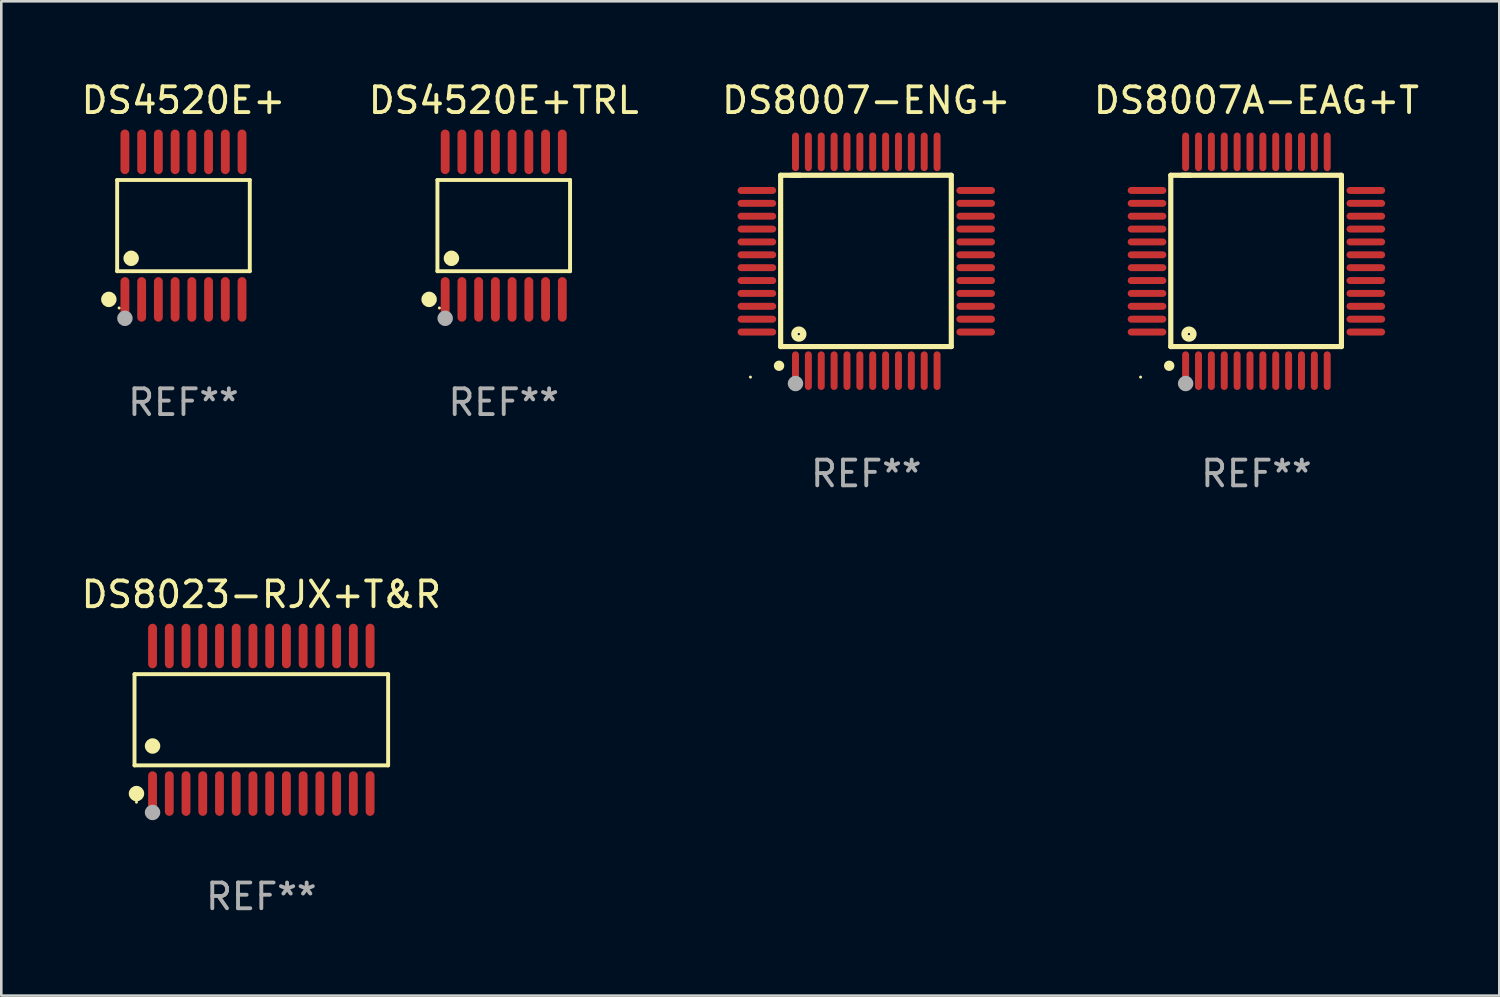
<source format=kicad_pcb>
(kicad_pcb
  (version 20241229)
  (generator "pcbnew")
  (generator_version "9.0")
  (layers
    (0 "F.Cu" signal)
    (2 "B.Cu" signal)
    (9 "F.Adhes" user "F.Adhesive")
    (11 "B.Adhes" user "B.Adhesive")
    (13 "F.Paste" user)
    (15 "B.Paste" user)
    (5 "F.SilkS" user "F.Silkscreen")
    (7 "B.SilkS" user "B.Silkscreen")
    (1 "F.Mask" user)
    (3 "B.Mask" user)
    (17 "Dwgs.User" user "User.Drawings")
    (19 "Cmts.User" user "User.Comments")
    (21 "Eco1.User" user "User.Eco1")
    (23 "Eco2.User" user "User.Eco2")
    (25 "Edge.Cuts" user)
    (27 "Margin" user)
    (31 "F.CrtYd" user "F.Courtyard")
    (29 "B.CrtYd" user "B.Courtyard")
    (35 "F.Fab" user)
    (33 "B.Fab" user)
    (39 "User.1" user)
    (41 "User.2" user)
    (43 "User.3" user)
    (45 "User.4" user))
  (footprint "DS8023-RJX+T&R"
    (layer "F.Cu")
    (at 7.101 24.91)
    (property "Reference" "DS8023-RJX+T&R" (at 0 -4.866 0) (layer "F.SilkS") (effects (font (size 1 1) (thickness 0.15))))
    (attr through_hole)
    (fp_line (start -4.926 -1.772) (end 4.926 -1.772) (stroke (width 0.152) (type solid)) (layer "F.SilkS"))
    (fp_line (start -4.926 1.771) (end -4.926 -1.772) (stroke (width 0.152) (type solid)) (layer "F.SilkS"))
    (fp_line (start 4.926 -1.772) (end 4.926 1.771) (stroke (width 0.152) (type solid)) (layer "F.SilkS"))
    (fp_line (start 4.926 1.771) (end -4.926 1.771) (stroke (width 0.152) (type solid)) (layer "F.SilkS"))
    (fp_circle (center -4.85 3.2) (end -4.82 3.2) (stroke (width 0.06) (type solid)) (fill no) (layer "F.SilkS"))
    (fp_circle (center -4.849 2.866) (end -4.699 2.866) (stroke (width 0.3) (type solid)) (fill no) (layer "F.SilkS"))
    (fp_circle (center -4.225 1.019) (end -4.075 1.019) (stroke (width 0.3) (type solid)) (fill no) (layer "F.SilkS"))
    (fp_circle (center -4.225 3.6) (end -4.075 3.6) (stroke (width 0.3) (type solid)) (fill no) (layer "F.Fab"))
    (fp_text user "REF**" (at 0 6.866 0) (layer "F.Fab") (effects (font (size 1 1) (thickness 0.15))))
    (pad "1" smd oval (at -4.225 2.866) (size 0.343 1.731) (layers "F.Cu" "F.Mask" "F.Paste"))
    (pad "2" smd oval (at -3.575 2.866) (size 0.343 1.731) (layers "F.Cu" "F.Mask" "F.Paste"))
    (pad "3" smd oval (at -2.925 2.866) (size 0.343 1.731) (layers "F.Cu" "F.Mask" "F.Paste"))
    (pad "4" smd oval (at -2.275 2.866) (size 0.343 1.731) (layers "F.Cu" "F.Mask" "F.Paste"))
    (pad "5" smd oval (at -1.625 2.866) (size 0.343 1.731) (layers "F.Cu" "F.Mask" "F.Paste"))
    (pad "6" smd oval (at -0.975 2.866) (size 0.343 1.731) (layers "F.Cu" "F.Mask" "F.Paste"))
    (pad "7" smd oval (at -0.325 2.866) (size 0.343 1.731) (layers "F.Cu" "F.Mask" "F.Paste"))
    (pad "8" smd oval (at 0.325 2.866) (size 0.343 1.731) (layers "F.Cu" "F.Mask" "F.Paste"))
    (pad "9" smd oval (at 0.975 2.866) (size 0.343 1.731) (layers "F.Cu" "F.Mask" "F.Paste"))
    (pad "10" smd oval (at 1.625 2.866) (size 0.343 1.731) (layers "F.Cu" "F.Mask" "F.Paste"))
    (pad "11" smd oval (at 2.275 2.866) (size 0.343 1.731) (layers "F.Cu" "F.Mask" "F.Paste"))
    (pad "12" smd oval (at 2.925 2.866) (size 0.343 1.731) (layers "F.Cu" "F.Mask" "F.Paste"))
    (pad "13" smd oval (at 3.575 2.866) (size 0.343 1.731) (layers "F.Cu" "F.Mask" "F.Paste"))
    (pad "14" smd oval (at 4.225 2.866) (size 0.343 1.731) (layers "F.Cu" "F.Mask" "F.Paste"))
    (pad "15" smd oval (at 4.225 -2.866) (size 0.343 1.731) (layers "F.Cu" "F.Mask" "F.Paste"))
    (pad "16" smd oval (at 3.575 -2.866) (size 0.343 1.731) (layers "F.Cu" "F.Mask" "F.Paste"))
    (pad "17" smd oval (at 2.925 -2.866) (size 0.343 1.731) (layers "F.Cu" "F.Mask" "F.Paste"))
    (pad "18" smd oval (at 2.275 -2.866) (size 0.343 1.731) (layers "F.Cu" "F.Mask" "F.Paste"))
    (pad "19" smd oval (at 1.625 -2.866) (size 0.343 1.731) (layers "F.Cu" "F.Mask" "F.Paste"))
    (pad "20" smd oval (at 0.975 -2.866) (size 0.343 1.731) (layers "F.Cu" "F.Mask" "F.Paste"))
    (pad "21" smd oval (at 0.325 -2.866) (size 0.343 1.731) (layers "F.Cu" "F.Mask" "F.Paste"))
    (pad "22" smd oval (at -0.325 -2.866) (size 0.343 1.731) (layers "F.Cu" "F.Mask" "F.Paste"))
    (pad "23" smd oval (at -0.975 -2.866) (size 0.343 1.731) (layers "F.Cu" "F.Mask" "F.Paste"))
    (pad "24" smd oval (at -1.625 -2.866) (size 0.343 1.731) (layers "F.Cu" "F.Mask" "F.Paste"))
    (pad "25" smd oval (at -2.275 -2.866) (size 0.343 1.731) (layers "F.Cu" "F.Mask" "F.Paste"))
    (pad "26" smd oval (at -2.925 -2.866) (size 0.343 1.731) (layers "F.Cu" "F.Mask" "F.Paste"))
    (pad "27" smd oval (at -3.575 -2.866) (size 0.343 1.731) (layers "F.Cu" "F.Mask" "F.Paste"))
    (pad "28" smd oval (at -4.225 -2.866) (size 0.343 1.731) (layers "F.Cu" "F.Mask" "F.Paste")))
  (footprint "DS4520E+"
    (layer "F.Cu")
    (at 4.077 5.714)
    (property "Reference" "DS4520E+" (at 0 -4.866 0) (layer "F.SilkS") (effects (font (size 1 1) (thickness 0.15))))
    (attr through_hole)
    (fp_line (start -2.576 -1.772) (end 2.576 -1.772) (stroke (width 0.152) (type solid)) (layer "F.SilkS"))
    (fp_line (start -2.576 1.771) (end -2.576 -1.772) (stroke (width 0.152) (type solid)) (layer "F.SilkS"))
    (fp_line (start 2.576 -1.772) (end 2.576 1.771) (stroke (width 0.152) (type solid)) (layer "F.SilkS"))
    (fp_line (start 2.576 1.771) (end -2.576 1.771) (stroke (width 0.152) (type solid)) (layer "F.SilkS"))
    (fp_circle (center -2.899 2.866) (end -2.749 2.866) (stroke (width 0.3) (type solid)) (fill no) (layer "F.SilkS"))
    (fp_circle (center -2.5 3.2) (end -2.47 3.2) (stroke (width 0.06) (type solid)) (fill no) (layer "F.SilkS"))
    (fp_circle (center -2.032 1.27) (end -1.882 1.27) (stroke (width 0.3) (type solid)) (fill no) (layer "F.SilkS"))
    (fp_circle (center -2.275 3.6) (end -2.125 3.6) (stroke (width 0.3) (type solid)) (fill no) (layer "F.Fab"))
    (fp_text user "REF**" (at 0 6.866 0) (layer "F.Fab") (effects (font (size 1 1) (thickness 0.15))))
    (pad "1" smd oval (at -2.275 2.866) (size 0.343 1.731) (layers "F.Cu" "F.Mask" "F.Paste"))
    (pad "2" smd oval (at -1.625 2.866) (size 0.343 1.731) (layers "F.Cu" "F.Mask" "F.Paste"))
    (pad "3" smd oval (at -0.975 2.866) (size 0.343 1.731) (layers "F.Cu" "F.Mask" "F.Paste"))
    (pad "4" smd oval (at -0.325 2.866) (size 0.343 1.731) (layers "F.Cu" "F.Mask" "F.Paste"))
    (pad "5" smd oval (at 0.325 2.866) (size 0.343 1.731) (layers "F.Cu" "F.Mask" "F.Paste"))
    (pad "6" smd oval (at 0.975 2.866) (size 0.343 1.731) (layers "F.Cu" "F.Mask" "F.Paste"))
    (pad "7" smd oval (at 1.625 2.866) (size 0.343 1.731) (layers "F.Cu" "F.Mask" "F.Paste"))
    (pad "8" smd oval (at 2.275 2.866) (size 0.343 1.731) (layers "F.Cu" "F.Mask" "F.Paste"))
    (pad "9" smd oval (at 2.275 -2.866) (size 0.343 1.731) (layers "F.Cu" "F.Mask" "F.Paste"))
    (pad "10" smd oval (at 1.625 -2.866) (size 0.343 1.731) (layers "F.Cu" "F.Mask" "F.Paste"))
    (pad "11" smd oval (at 0.975 -2.866) (size 0.343 1.731) (layers "F.Cu" "F.Mask" "F.Paste"))
    (pad "12" smd oval (at 0.325 -2.866) (size 0.343 1.731) (layers "F.Cu" "F.Mask" "F.Paste"))
    (pad "13" smd oval (at -0.325 -2.866) (size 0.343 1.731) (layers "F.Cu" "F.Mask" "F.Paste"))
    (pad "14" smd oval (at -0.975 -2.866) (size 0.343 1.731) (layers "F.Cu" "F.Mask" "F.Paste"))
    (pad "15" smd oval (at -1.625 -2.866) (size 0.343 1.731) (layers "F.Cu" "F.Mask" "F.Paste"))
    (pad "16" smd oval (at -2.275 -2.866) (size 0.343 1.731) (layers "F.Cu" "F.Mask" "F.Paste")))
  (footprint "DS8007-ENG+"
    (layer "F.Cu")
    (at 30.601 7.098)
    (property "Reference" "DS8007-ENG+" (at 0 -6.25 0) (layer "F.SilkS") (effects (font (size 1 1) (thickness 0.15))))
    (attr through_hole)
    (fp_line (start -3.327 -3.34) (end -2.565 -3.34) (stroke (width 0.2) (type solid)) (layer "F.SilkS"))
    (fp_line (start -3.327 3.315) (end -3.327 -3.34) (stroke (width 0.2) (type solid)) (layer "F.SilkS"))
    (fp_line (start -2.896 -3.34) (end 3.302 -3.34) (stroke (width 0.2) (type solid)) (layer "F.SilkS"))
    (fp_line (start 3.302 -3.34) (end 3.302 3.315) (stroke (width 0.2) (type solid)) (layer "F.SilkS"))
    (fp_line (start 3.302 3.315) (end -3.327 3.315) (stroke (width 0.2) (type solid)) (layer "F.SilkS"))
    (fp_arc (start -3.389992 4.059995) (mid -3.388722 4.059991) (end -3.387452 4.059995) (stroke (width 0.4) (type solid)) (layer "F.SilkS"))
    (fp_circle (center -4.5 4.5) (end -4.47 4.5) (stroke (width 0.06) (type solid)) (fill no) (layer "F.SilkS"))
    (fp_circle (center -2.62 2.83) (end -2.45 2.83) (stroke (width 0.254) (type solid)) (fill no) (layer "F.SilkS"))
    (fp_circle (center -2.75 4.75) (end -2.6 4.75) (stroke (width 0.3) (type solid)) (fill no) (layer "F.Fab"))
    (fp_text user "REF**" (at 0 8.25 0) (layer "F.Fab") (effects (font (size 1 1) (thickness 0.15))))
    (pad "1" smd oval (at -2.75 4.25) (size 0.27 1.5) (layers "F.Cu" "F.Mask" "F.Paste"))
    (pad "2" smd oval (at -2.25 4.25) (size 0.27 1.5) (layers "F.Cu" "F.Mask" "F.Paste"))
    (pad "3" smd oval (at -1.75 4.25) (size 0.27 1.5) (layers "F.Cu" "F.Mask" "F.Paste"))
    (pad "4" smd oval (at -1.25 4.25) (size 0.27 1.5) (layers "F.Cu" "F.Mask" "F.Paste"))
    (pad "5" smd oval (at -0.75 4.25) (size 0.27 1.5) (layers "F.Cu" "F.Mask" "F.Paste"))
    (pad "6" smd oval (at -0.25 4.25) (size 0.27 1.5) (layers "F.Cu" "F.Mask" "F.Paste"))
    (pad "7" smd oval (at 0.25 4.25) (size 0.27 1.5) (layers "F.Cu" "F.Mask" "F.Paste"))
    (pad "8" smd oval (at 0.75 4.25) (size 0.27 1.5) (layers "F.Cu" "F.Mask" "F.Paste"))
    (pad "9" smd oval (at 1.25 4.25) (size 0.27 1.5) (layers "F.Cu" "F.Mask" "F.Paste"))
    (pad "10" smd oval (at 1.75 4.25) (size 0.27 1.5) (layers "F.Cu" "F.Mask" "F.Paste"))
    (pad "11" smd oval (at 2.25 4.25) (size 0.27 1.5) (layers "F.Cu" "F.Mask" "F.Paste"))
    (pad "12" smd oval (at 2.75 4.25) (size 0.27 1.5) (layers "F.Cu" "F.Mask" "F.Paste"))
    (pad "13" smd oval (at 4.25 2.75) (size 1.5 0.27) (layers "F.Cu" "F.Mask" "F.Paste"))
    (pad "14" smd oval (at 4.25 2.25) (size 1.5 0.27) (layers "F.Cu" "F.Mask" "F.Paste"))
    (pad "15" smd oval (at 4.25 1.75) (size 1.5 0.27) (layers "F.Cu" "F.Mask" "F.Paste"))
    (pad "16" smd oval (at 4.25 1.25) (size 1.5 0.27) (layers "F.Cu" "F.Mask" "F.Paste"))
    (pad "17" smd oval (at 4.25 0.75) (size 1.5 0.27) (layers "F.Cu" "F.Mask" "F.Paste"))
    (pad "18" smd oval (at 4.25 0.25) (size 1.5 0.27) (layers "F.Cu" "F.Mask" "F.Paste"))
    (pad "19" smd oval (at 4.25 -0.25) (size 1.5 0.27) (layers "F.Cu" "F.Mask" "F.Paste"))
    (pad "20" smd oval (at 4.25 -0.75) (size 1.5 0.27) (layers "F.Cu" "F.Mask" "F.Paste"))
    (pad "21" smd oval (at 4.25 -1.25) (size 1.5 0.27) (layers "F.Cu" "F.Mask" "F.Paste"))
    (pad "22" smd oval (at 4.25 -1.75) (size 1.5 0.27) (layers "F.Cu" "F.Mask" "F.Paste"))
    (pad "23" smd oval (at 4.25 -2.25) (size 1.5 0.27) (layers "F.Cu" "F.Mask" "F.Paste"))
    (pad "24" smd oval (at 4.25 -2.75) (size 1.5 0.27) (layers "F.Cu" "F.Mask" "F.Paste"))
    (pad "25" smd oval (at 2.75 -4.25) (size 0.27 1.5) (layers "F.Cu" "F.Mask" "F.Paste"))
    (pad "26" smd oval (at 2.25 -4.25) (size 0.27 1.5) (layers "F.Cu" "F.Mask" "F.Paste"))
    (pad "27" smd oval (at 1.75 -4.25) (size 0.27 1.5) (layers "F.Cu" "F.Mask" "F.Paste"))
    (pad "28" smd oval (at 1.25 -4.25) (size 0.27 1.5) (layers "F.Cu" "F.Mask" "F.Paste"))
    (pad "29" smd oval (at 0.75 -4.25) (size 0.27 1.5) (layers "F.Cu" "F.Mask" "F.Paste"))
    (pad "30" smd oval (at 0.25 -4.25) (size 0.27 1.5) (layers "F.Cu" "F.Mask" "F.Paste"))
    (pad "31" smd oval (at -0.25 -4.25) (size 0.27 1.5) (layers "F.Cu" "F.Mask" "F.Paste"))
    (pad "32" smd oval (at -0.75 -4.25) (size 0.27 1.5) (layers "F.Cu" "F.Mask" "F.Paste"))
    (pad "33" smd oval (at -1.25 -4.25) (size 0.27 1.5) (layers "F.Cu" "F.Mask" "F.Paste"))
    (pad "34" smd oval (at -1.75 -4.25) (size 0.27 1.5) (layers "F.Cu" "F.Mask" "F.Paste"))
    (pad "35" smd oval (at -2.25 -4.25) (size 0.27 1.5) (layers "F.Cu" "F.Mask" "F.Paste"))
    (pad "36" smd oval (at -2.75 -4.25) (size 0.27 1.5) (layers "F.Cu" "F.Mask" "F.Paste"))
    (pad "37" smd oval (at -4.25 -2.75) (size 1.5 0.27) (layers "F.Cu" "F.Mask" "F.Paste"))
    (pad "38" smd oval (at -4.25 -2.25) (size 1.5 0.27) (layers "F.Cu" "F.Mask" "F.Paste"))
    (pad "39" smd oval (at -4.25 -1.75) (size 1.5 0.27) (layers "F.Cu" "F.Mask" "F.Paste"))
    (pad "40" smd oval (at -4.25 -1.25) (size 1.5 0.27) (layers "F.Cu" "F.Mask" "F.Paste"))
    (pad "41" smd oval (at -4.25 -0.75) (size 1.5 0.27) (layers "F.Cu" "F.Mask" "F.Paste"))
    (pad "42" smd oval (at -4.25 -0.25) (size 1.5 0.27) (layers "F.Cu" "F.Mask" "F.Paste"))
    (pad "43" smd oval (at -4.25 0.25) (size 1.5 0.27) (layers "F.Cu" "F.Mask" "F.Paste"))
    (pad "44" smd oval (at -4.25 0.75) (size 1.5 0.27) (layers "F.Cu" "F.Mask" "F.Paste"))
    (pad "45" smd oval (at -4.25 1.25) (size 1.5 0.27) (layers "F.Cu" "F.Mask" "F.Paste"))
    (pad "46" smd oval (at -4.25 1.75) (size 1.5 0.27) (layers "F.Cu" "F.Mask" "F.Paste"))
    (pad "47" smd oval (at -4.25 2.25) (size 1.5 0.27) (layers "F.Cu" "F.Mask" "F.Paste"))
    (pad "48" smd oval (at -4.25 2.75) (size 1.5 0.27) (layers "F.Cu" "F.Mask" "F.Paste")))
  (footprint "DS8007A-EAG+T"
    (layer "F.Cu")
    (at 45.756 7.098)
    (property "Reference" "DS8007A-EAG+T" (at 0 -6.25 0) (layer "F.SilkS") (effects (font (size 1 1) (thickness 0.15))))
    (attr through_hole)
    (fp_line (start -3.327 -3.34) (end -2.565 -3.34) (stroke (width 0.2) (type solid)) (layer "F.SilkS"))
    (fp_line (start -3.327 3.315) (end -3.327 -3.34) (stroke (width 0.2) (type solid)) (layer "F.SilkS"))
    (fp_line (start -2.896 -3.34) (end 3.302 -3.34) (stroke (width 0.2) (type solid)) (layer "F.SilkS"))
    (fp_line (start 3.302 -3.34) (end 3.302 3.315) (stroke (width 0.2) (type solid)) (layer "F.SilkS"))
    (fp_line (start 3.302 3.315) (end -3.327 3.315) (stroke (width 0.2) (type solid)) (layer "F.SilkS"))
    (fp_arc (start -3.389992 4.059995) (mid -3.388722 4.059991) (end -3.387452 4.059995) (stroke (width 0.4) (type solid)) (layer "F.SilkS"))
    (fp_circle (center -4.5 4.5) (end -4.47 4.5) (stroke (width 0.06) (type solid)) (fill no) (layer "F.SilkS"))
    (fp_circle (center -2.62 2.83) (end -2.45 2.83) (stroke (width 0.254) (type solid)) (fill no) (layer "F.SilkS"))
    (fp_circle (center -2.75 4.75) (end -2.6 4.75) (stroke (width 0.3) (type solid)) (fill no) (layer "F.Fab"))
    (fp_text user "REF**" (at 0 8.25 0) (layer "F.Fab") (effects (font (size 1 1) (thickness 0.15))))
    (pad "1" smd oval (at -2.75 4.25) (size 0.27 1.5) (layers "F.Cu" "F.Mask" "F.Paste"))
    (pad "2" smd oval (at -2.25 4.25) (size 0.27 1.5) (layers "F.Cu" "F.Mask" "F.Paste"))
    (pad "3" smd oval (at -1.75 4.25) (size 0.27 1.5) (layers "F.Cu" "F.Mask" "F.Paste"))
    (pad "4" smd oval (at -1.25 4.25) (size 0.27 1.5) (layers "F.Cu" "F.Mask" "F.Paste"))
    (pad "5" smd oval (at -0.75 4.25) (size 0.27 1.5) (layers "F.Cu" "F.Mask" "F.Paste"))
    (pad "6" smd oval (at -0.25 4.25) (size 0.27 1.5) (layers "F.Cu" "F.Mask" "F.Paste"))
    (pad "7" smd oval (at 0.25 4.25) (size 0.27 1.5) (layers "F.Cu" "F.Mask" "F.Paste"))
    (pad "8" smd oval (at 0.75 4.25) (size 0.27 1.5) (layers "F.Cu" "F.Mask" "F.Paste"))
    (pad "9" smd oval (at 1.25 4.25) (size 0.27 1.5) (layers "F.Cu" "F.Mask" "F.Paste"))
    (pad "10" smd oval (at 1.75 4.25) (size 0.27 1.5) (layers "F.Cu" "F.Mask" "F.Paste"))
    (pad "11" smd oval (at 2.25 4.25) (size 0.27 1.5) (layers "F.Cu" "F.Mask" "F.Paste"))
    (pad "12" smd oval (at 2.75 4.25) (size 0.27 1.5) (layers "F.Cu" "F.Mask" "F.Paste"))
    (pad "13" smd oval (at 4.25 2.75) (size 1.5 0.27) (layers "F.Cu" "F.Mask" "F.Paste"))
    (pad "14" smd oval (at 4.25 2.25) (size 1.5 0.27) (layers "F.Cu" "F.Mask" "F.Paste"))
    (pad "15" smd oval (at 4.25 1.75) (size 1.5 0.27) (layers "F.Cu" "F.Mask" "F.Paste"))
    (pad "16" smd oval (at 4.25 1.25) (size 1.5 0.27) (layers "F.Cu" "F.Mask" "F.Paste"))
    (pad "17" smd oval (at 4.25 0.75) (size 1.5 0.27) (layers "F.Cu" "F.Mask" "F.Paste"))
    (pad "18" smd oval (at 4.25 0.25) (size 1.5 0.27) (layers "F.Cu" "F.Mask" "F.Paste"))
    (pad "19" smd oval (at 4.25 -0.25) (size 1.5 0.27) (layers "F.Cu" "F.Mask" "F.Paste"))
    (pad "20" smd oval (at 4.25 -0.75) (size 1.5 0.27) (layers "F.Cu" "F.Mask" "F.Paste"))
    (pad "21" smd oval (at 4.25 -1.25) (size 1.5 0.27) (layers "F.Cu" "F.Mask" "F.Paste"))
    (pad "22" smd oval (at 4.25 -1.75) (size 1.5 0.27) (layers "F.Cu" "F.Mask" "F.Paste"))
    (pad "23" smd oval (at 4.25 -2.25) (size 1.5 0.27) (layers "F.Cu" "F.Mask" "F.Paste"))
    (pad "24" smd oval (at 4.25 -2.75) (size 1.5 0.27) (layers "F.Cu" "F.Mask" "F.Paste"))
    (pad "25" smd oval (at 2.75 -4.25) (size 0.27 1.5) (layers "F.Cu" "F.Mask" "F.Paste"))
    (pad "26" smd oval (at 2.25 -4.25) (size 0.27 1.5) (layers "F.Cu" "F.Mask" "F.Paste"))
    (pad "27" smd oval (at 1.75 -4.25) (size 0.27 1.5) (layers "F.Cu" "F.Mask" "F.Paste"))
    (pad "28" smd oval (at 1.25 -4.25) (size 0.27 1.5) (layers "F.Cu" "F.Mask" "F.Paste"))
    (pad "29" smd oval (at 0.75 -4.25) (size 0.27 1.5) (layers "F.Cu" "F.Mask" "F.Paste"))
    (pad "30" smd oval (at 0.25 -4.25) (size 0.27 1.5) (layers "F.Cu" "F.Mask" "F.Paste"))
    (pad "31" smd oval (at -0.25 -4.25) (size 0.27 1.5) (layers "F.Cu" "F.Mask" "F.Paste"))
    (pad "32" smd oval (at -0.75 -4.25) (size 0.27 1.5) (layers "F.Cu" "F.Mask" "F.Paste"))
    (pad "33" smd oval (at -1.25 -4.25) (size 0.27 1.5) (layers "F.Cu" "F.Mask" "F.Paste"))
    (pad "34" smd oval (at -1.75 -4.25) (size 0.27 1.5) (layers "F.Cu" "F.Mask" "F.Paste"))
    (pad "35" smd oval (at -2.25 -4.25) (size 0.27 1.5) (layers "F.Cu" "F.Mask" "F.Paste"))
    (pad "36" smd oval (at -2.75 -4.25) (size 0.27 1.5) (layers "F.Cu" "F.Mask" "F.Paste"))
    (pad "37" smd oval (at -4.25 -2.75) (size 1.5 0.27) (layers "F.Cu" "F.Mask" "F.Paste"))
    (pad "38" smd oval (at -4.25 -2.25) (size 1.5 0.27) (layers "F.Cu" "F.Mask" "F.Paste"))
    (pad "39" smd oval (at -4.25 -1.75) (size 1.5 0.27) (layers "F.Cu" "F.Mask" "F.Paste"))
    (pad "40" smd oval (at -4.25 -1.25) (size 1.5 0.27) (layers "F.Cu" "F.Mask" "F.Paste"))
    (pad "41" smd oval (at -4.25 -0.75) (size 1.5 0.27) (layers "F.Cu" "F.Mask" "F.Paste"))
    (pad "42" smd oval (at -4.25 -0.25) (size 1.5 0.27) (layers "F.Cu" "F.Mask" "F.Paste"))
    (pad "43" smd oval (at -4.25 0.25) (size 1.5 0.27) (layers "F.Cu" "F.Mask" "F.Paste"))
    (pad "44" smd oval (at -4.25 0.75) (size 1.5 0.27) (layers "F.Cu" "F.Mask" "F.Paste"))
    (pad "45" smd oval (at -4.25 1.25) (size 1.5 0.27) (layers "F.Cu" "F.Mask" "F.Paste"))
    (pad "46" smd oval (at -4.25 1.75) (size 1.5 0.27) (layers "F.Cu" "F.Mask" "F.Paste"))
    (pad "47" smd oval (at -4.25 2.25) (size 1.5 0.27) (layers "F.Cu" "F.Mask" "F.Paste"))
    (pad "48" smd oval (at -4.25 2.75) (size 1.5 0.27) (layers "F.Cu" "F.Mask" "F.Paste")))
  (footprint "DS4520E+TRL"
    (layer "F.Cu")
    (at 16.518 5.714)
    (property "Reference" "DS4520E+TRL" (at 0 -4.866 0) (layer "F.SilkS") (effects (font (size 1 1) (thickness 0.15))))
    (attr through_hole)
    (fp_line (start -2.576 -1.772) (end 2.576 -1.772) (stroke (width 0.152) (type solid)) (layer "F.SilkS"))
    (fp_line (start -2.576 1.771) (end -2.576 -1.772) (stroke (width 0.152) (type solid)) (layer "F.SilkS"))
    (fp_line (start 2.576 -1.772) (end 2.576 1.771) (stroke (width 0.152) (type solid)) (layer "F.SilkS"))
    (fp_line (start 2.576 1.771) (end -2.576 1.771) (stroke (width 0.152) (type solid)) (layer "F.SilkS"))
    (fp_circle (center -2.899 2.866) (end -2.749 2.866) (stroke (width 0.3) (type solid)) (fill no) (layer "F.SilkS"))
    (fp_circle (center -2.5 3.2) (end -2.47 3.2) (stroke (width 0.06) (type solid)) (fill no) (layer "F.SilkS"))
    (fp_circle (center -2.032 1.27) (end -1.882 1.27) (stroke (width 0.3) (type solid)) (fill no) (layer "F.SilkS"))
    (fp_circle (center -2.275 3.6) (end -2.125 3.6) (stroke (width 0.3) (type solid)) (fill no) (layer "F.Fab"))
    (fp_text user "REF**" (at 0 6.866 0) (layer "F.Fab") (effects (font (size 1 1) (thickness 0.15))))
    (pad "1" smd oval (at -2.275 2.866) (size 0.343 1.731) (layers "F.Cu" "F.Mask" "F.Paste"))
    (pad "2" smd oval (at -1.625 2.866) (size 0.343 1.731) (layers "F.Cu" "F.Mask" "F.Paste"))
    (pad "3" smd oval (at -0.975 2.866) (size 0.343 1.731) (layers "F.Cu" "F.Mask" "F.Paste"))
    (pad "4" smd oval (at -0.325 2.866) (size 0.343 1.731) (layers "F.Cu" "F.Mask" "F.Paste"))
    (pad "5" smd oval (at 0.325 2.866) (size 0.343 1.731) (layers "F.Cu" "F.Mask" "F.Paste"))
    (pad "6" smd oval (at 0.975 2.866) (size 0.343 1.731) (layers "F.Cu" "F.Mask" "F.Paste"))
    (pad "7" smd oval (at 1.625 2.866) (size 0.343 1.731) (layers "F.Cu" "F.Mask" "F.Paste"))
    (pad "8" smd oval (at 2.275 2.866) (size 0.343 1.731) (layers "F.Cu" "F.Mask" "F.Paste"))
    (pad "9" smd oval (at 2.275 -2.866) (size 0.343 1.731) (layers "F.Cu" "F.Mask" "F.Paste"))
    (pad "10" smd oval (at 1.625 -2.866) (size 0.343 1.731) (layers "F.Cu" "F.Mask" "F.Paste"))
    (pad "11" smd oval (at 0.975 -2.866) (size 0.343 1.731) (layers "F.Cu" "F.Mask" "F.Paste"))
    (pad "12" smd oval (at 0.325 -2.866) (size 0.343 1.731) (layers "F.Cu" "F.Mask" "F.Paste"))
    (pad "13" smd oval (at -0.325 -2.866) (size 0.343 1.731) (layers "F.Cu" "F.Mask" "F.Paste"))
    (pad "14" smd oval (at -0.975 -2.866) (size 0.343 1.731) (layers "F.Cu" "F.Mask" "F.Paste"))
    (pad "15" smd oval (at -1.625 -2.866) (size 0.343 1.731) (layers "F.Cu" "F.Mask" "F.Paste"))
    (pad "16" smd oval (at -2.275 -2.866) (size 0.343 1.731) (layers "F.Cu" "F.Mask" "F.Paste")))
  (gr_rect
    (start -3 -3)
    (end 55.19 35.624)
    (stroke (width 0.1) (type default))
    (fill no)
    (layer "Edge.Cuts")))
</source>
